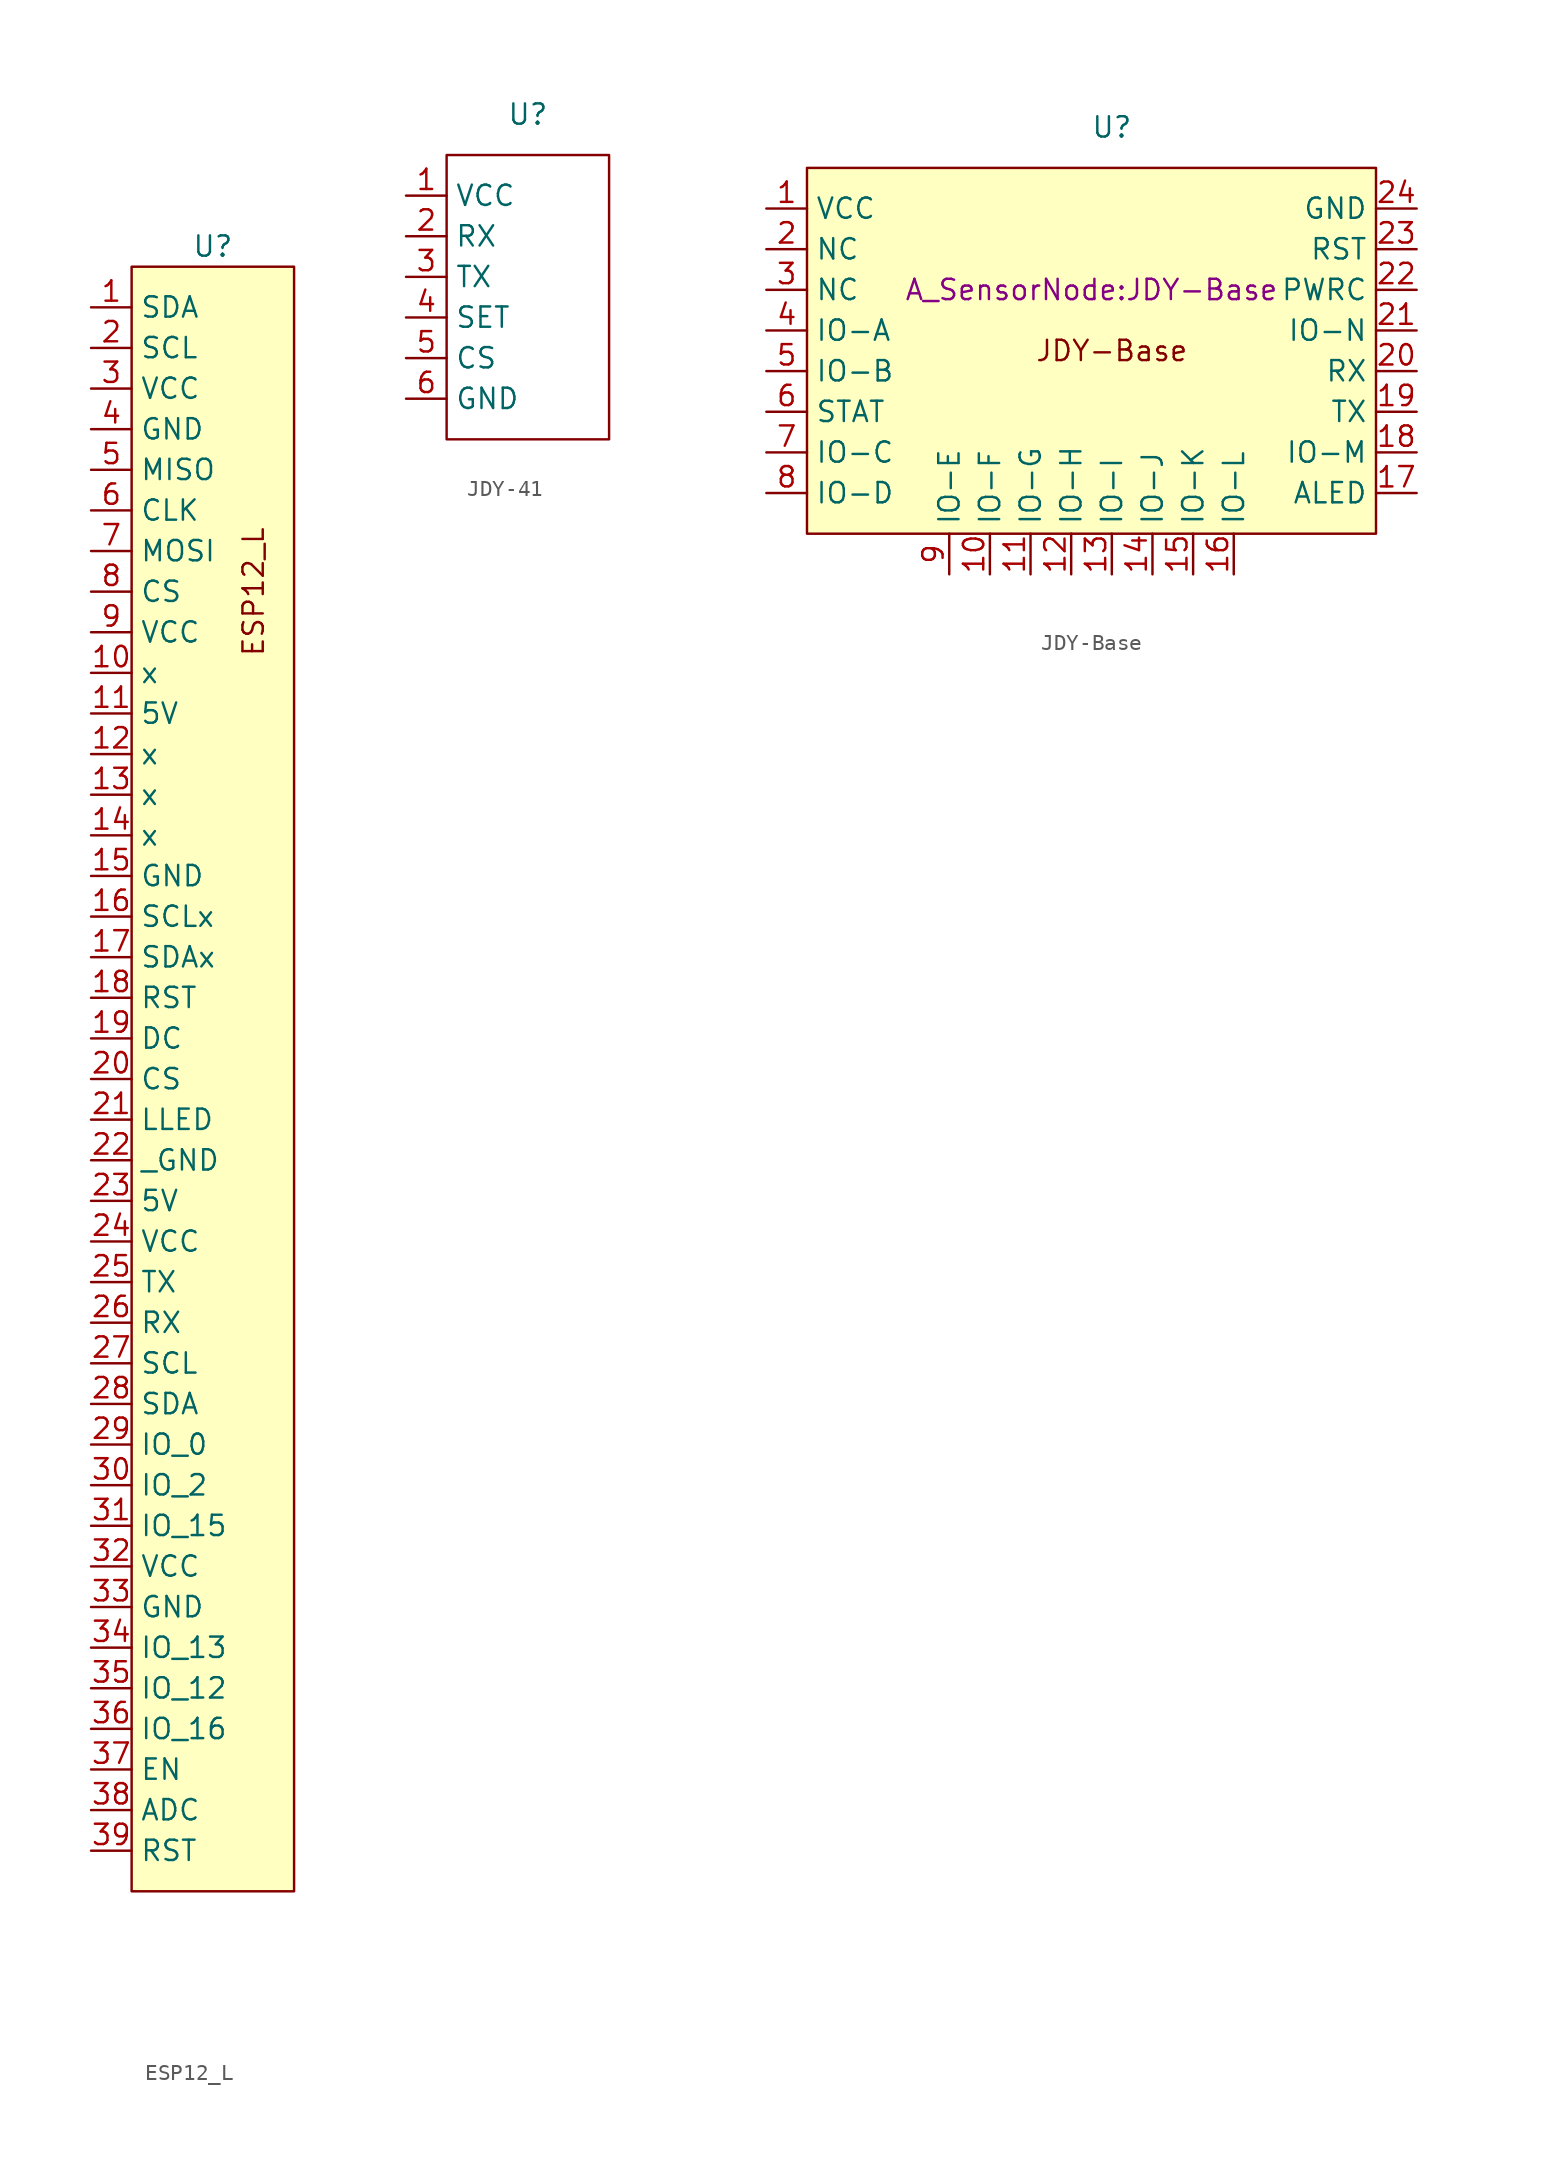
<source format=kicad_sym>
(kicad_symbol_lib
  (version 20220914)
  (generator kicad_symbol_editor)
  (symbol "ESP12_L"
    (property "Reference" "U"
      (at 0 0 0)
      (effects (font (size 1.27 1.27))))
    (property "Value" ""
      (at 0 0 0)
      (effects (font (size 1.27 1.27))))
    (symbol "ESP12_L_1_1"
      (rectangle (start -5.08 -1.27) (end 5.08 -102.87) (stroke (width 0) (type default)) (fill (type background)))
      (text "ESP12_L\n" (at 2.54 -21.59 900) (effects (font (size 1.27 1.27))))
      (pin bidirectional line (at -7.62 -3.81 0) (length 2.54) (name "SDA" (effects (font (size 1.27 1.27)))) (number "1" (effects (font (size 1.27 1.27)))))
      (pin bidirectional line (at -7.62 -26.67 0) (length 2.54) (name "x" (effects (font (size 1.27 1.27)))) (number "10" (effects (font (size 1.27 1.27)))))
      (pin bidirectional line (at -7.62 -29.21 0) (length 2.54) (name "5V" (effects (font (size 1.27 1.27)))) (number "11" (effects (font (size 1.27 1.27)))))
      (pin bidirectional line (at -7.62 -31.75 0) (length 2.54) (name "x" (effects (font (size 1.27 1.27)))) (number "12" (effects (font (size 1.27 1.27)))))
      (pin bidirectional line (at -7.62 -34.29 0) (length 2.54) (name "x" (effects (font (size 1.27 1.27)))) (number "13" (effects (font (size 1.27 1.27)))))
      (pin bidirectional line (at -7.62 -36.83 0) (length 2.54) (name "x" (effects (font (size 1.27 1.27)))) (number "14" (effects (font (size 1.27 1.27)))))
      (pin bidirectional line (at -7.62 -39.37 0) (length 2.54) (name "GND" (effects (font (size 1.27 1.27)))) (number "15" (effects (font (size 1.27 1.27)))))
      (pin bidirectional line (at -7.62 -41.91 0) (length 2.54) (name "SCLx" (effects (font (size 1.27 1.27)))) (number "16" (effects (font (size 1.27 1.27)))))
      (pin bidirectional line (at -7.62 -44.45 0) (length 2.54) (name "SDAx" (effects (font (size 1.27 1.27)))) (number "17" (effects (font (size 1.27 1.27)))))
      (pin bidirectional line (at -7.62 -46.99 0) (length 2.54) (name "RST" (effects (font (size 1.27 1.27)))) (number "18" (effects (font (size 1.27 1.27)))))
      (pin bidirectional line (at -7.62 -49.53 0) (length 2.54) (name "DC" (effects (font (size 1.27 1.27)))) (number "19" (effects (font (size 1.27 1.27)))))
      (pin bidirectional line (at -7.62 -6.35 0) (length 2.54) (name "SCL" (effects (font (size 1.27 1.27)))) (number "2" (effects (font (size 1.27 1.27)))))
      (pin bidirectional line (at -7.62 -52.07 0) (length 2.54) (name "CS" (effects (font (size 1.27 1.27)))) (number "20" (effects (font (size 1.27 1.27)))))
      (pin bidirectional line (at -7.62 -54.61 0) (length 2.54) (name "LLED" (effects (font (size 1.27 1.27)))) (number "21" (effects (font (size 1.27 1.27)))))
      (pin bidirectional line (at -7.62 -57.15 0) (length 2.54) (name "_GND" (effects (font (size 1.27 1.27)))) (number "22" (effects (font (size 1.27 1.27)))))
      (pin bidirectional line (at -7.62 -59.69 0) (length 2.54) (name "5V" (effects (font (size 1.27 1.27)))) (number "23" (effects (font (size 1.27 1.27)))))
      (pin bidirectional line (at -7.62 -62.23 0) (length 2.54) (name "VCC" (effects (font (size 1.27 1.27)))) (number "24" (effects (font (size 1.27 1.27)))))
      (pin bidirectional line (at -7.62 -64.77 0) (length 2.54) (name "TX" (effects (font (size 1.27 1.27)))) (number "25" (effects (font (size 1.27 1.27)))))
      (pin bidirectional line (at -7.62 -67.31 0) (length 2.54) (name "RX" (effects (font (size 1.27 1.27)))) (number "26" (effects (font (size 1.27 1.27)))))
      (pin bidirectional line (at -7.62 -69.85 0) (length 2.54) (name "SCL" (effects (font (size 1.27 1.27)))) (number "27" (effects (font (size 1.27 1.27)))))
      (pin bidirectional line (at -7.62 -72.39 0) (length 2.54) (name "SDA" (effects (font (size 1.27 1.27)))) (number "28" (effects (font (size 1.27 1.27)))))
      (pin bidirectional line (at -7.62 -74.93 0) (length 2.54) (name "IO_0" (effects (font (size 1.27 1.27)))) (number "29" (effects (font (size 1.27 1.27)))))
      (pin bidirectional line (at -7.62 -8.89 0) (length 2.54) (name "VCC" (effects (font (size 1.27 1.27)))) (number "3" (effects (font (size 1.27 1.27)))))
      (pin bidirectional line (at -7.62 -77.47 0) (length 2.54) (name "IO_2" (effects (font (size 1.27 1.27)))) (number "30" (effects (font (size 1.27 1.27)))))
      (pin bidirectional line (at -7.62 -80.01 0) (length 2.54) (name "IO_15" (effects (font (size 1.27 1.27)))) (number "31" (effects (font (size 1.27 1.27)))))
      (pin bidirectional line (at -7.62 -82.55 0) (length 2.54) (name "VCC" (effects (font (size 1.27 1.27)))) (number "32" (effects (font (size 1.27 1.27)))))
      (pin bidirectional line (at -7.62 -85.09 0) (length 2.54) (name "GND" (effects (font (size 1.27 1.27)))) (number "33" (effects (font (size 1.27 1.27)))))
      (pin bidirectional line (at -7.62 -87.63 0) (length 2.54) (name "IO_13" (effects (font (size 1.27 1.27)))) (number "34" (effects (font (size 1.27 1.27)))))
      (pin bidirectional line (at -7.62 -90.17 0) (length 2.54) (name "IO_12" (effects (font (size 1.27 1.27)))) (number "35" (effects (font (size 1.27 1.27)))))
      (pin bidirectional line (at -7.62 -92.71 0) (length 2.54) (name "IO_16" (effects (font (size 1.27 1.27)))) (number "36" (effects (font (size 1.27 1.27)))))
      (pin bidirectional line (at -7.62 -95.25 0) (length 2.54) (name "EN" (effects (font (size 1.27 1.27)))) (number "37" (effects (font (size 1.27 1.27)))))
      (pin bidirectional line (at -7.62 -97.79 0) (length 2.54) (name "ADC" (effects (font (size 1.27 1.27)))) (number "38" (effects (font (size 1.27 1.27)))))
      (pin bidirectional line (at -7.62 -100.33 0) (length 2.54) (name "RST" (effects (font (size 1.27 1.27)))) (number "39" (effects (font (size 1.27 1.27)))))
      (pin bidirectional line (at -7.62 -11.43 0) (length 2.54) (name "GND" (effects (font (size 1.27 1.27)))) (number "4" (effects (font (size 1.27 1.27)))))
      (pin bidirectional line (at -7.62 -13.97 0) (length 2.54) (name "MISO" (effects (font (size 1.27 1.27)))) (number "5" (effects (font (size 1.27 1.27)))))
      (pin bidirectional line (at -7.62 -16.51 0) (length 2.54) (name "CLK" (effects (font (size 1.27 1.27)))) (number "6" (effects (font (size 1.27 1.27)))))
      (pin bidirectional line (at -7.62 -19.05 0) (length 2.54) (name "MOSI" (effects (font (size 1.27 1.27)))) (number "7" (effects (font (size 1.27 1.27)))))
      (pin bidirectional line (at -7.62 -21.59 0) (length 2.54) (name "CS" (effects (font (size 1.27 1.27)))) (number "8" (effects (font (size 1.27 1.27)))))
      (pin bidirectional line (at -7.62 -24.13 0) (length 2.54) (name "VCC" (effects (font (size 1.27 1.27)))) (number "9" (effects (font (size 1.27 1.27)))))))
  (symbol "JDY-41"
    (property "Reference" "U"
      (at 0 0 0)
      (effects (font (size 1.27 1.27))))
    (property "Value" ""
      (at 0 0 0)
      (effects (font (size 1.27 1.27))))
    (symbol "JDY-41_0_1"
      (rectangle (start -5.08 -2.54) (end 5.08 -20.32) (stroke (width 0) (type default)) (fill (type none))))
    (symbol "JDY-41_1_1"
      (pin bidirectional line (at -7.62 -5.08 0) (length 2.54) (name "VCC" (effects (font (size 1.27 1.27)))) (number "1" (effects (font (size 1.27 1.27)))))
      (pin bidirectional line (at -7.62 -7.62 0) (length 2.54) (name "RX" (effects (font (size 1.27 1.27)))) (number "2" (effects (font (size 1.27 1.27)))))
      (pin bidirectional line (at -7.62 -10.16 0) (length 2.54) (name "TX" (effects (font (size 1.27 1.27)))) (number "3" (effects (font (size 1.27 1.27)))))
      (pin bidirectional line (at -7.62 -12.7 0) (length 2.54) (name "SET" (effects (font (size 1.27 1.27)))) (number "4" (effects (font (size 1.27 1.27)))))
      (pin bidirectional line (at -7.62 -15.24 0) (length 2.54) (name "CS" (effects (font (size 1.27 1.27)))) (number "5" (effects (font (size 1.27 1.27)))))
      (pin bidirectional line (at -7.62 -17.78 0) (length 2.54) (name "GND" (effects (font (size 1.27 1.27)))) (number "6" (effects (font (size 1.27 1.27)))))))
  (symbol "JDY-Base"
    (property "Reference" "U"
      (at 0 0 0)
      (effects (font (size 1.27 1.27))))
    (property "Value" ""
      (at 0 0 0)
      (effects (font (size 1.27 1.27))))
    (property "Footprint" "A_SensorNode:JDY-Base"
      (at -1.27 -10.16 0)
      (effects (font (size 1.27 1.27))))
    (symbol "JDY-Base_1_1"
      (rectangle (start -19.05 -2.54) (end 16.51 -25.4) (stroke (width 0) (type default)) (fill (type background)))
      (text "JDY-Base" (at 0 -13.97 0) (effects (font (size 1.27 1.27))))
      (pin bidirectional line (at -21.59 -5.08 0) (length 2.54) (name "VCC" (effects (font (size 1.27 1.27)))) (number "1" (effects (font (size 1.27 1.27)))))
      (pin bidirectional line (at -7.62 -27.94 90) (length 2.54) (name "IO-F" (effects (font (size 1.27 1.27)))) (number "10" (effects (font (size 1.27 1.27)))))
      (pin bidirectional line (at -5.08 -27.94 90) (length 2.54) (name "IO-G" (effects (font (size 1.27 1.27)))) (number "11" (effects (font (size 1.27 1.27)))))
      (pin bidirectional line (at -2.54 -27.94 90) (length 2.54) (name "IO-H" (effects (font (size 1.27 1.27)))) (number "12" (effects (font (size 1.27 1.27)))))
      (pin bidirectional line (at 0 -27.94 90) (length 2.54) (name "IO-I" (effects (font (size 1.27 1.27)))) (number "13" (effects (font (size 1.27 1.27)))))
      (pin bidirectional line (at 2.54 -27.94 90) (length 2.54) (name "IO-J" (effects (font (size 1.27 1.27)))) (number "14" (effects (font (size 1.27 1.27)))))
      (pin bidirectional line (at 5.08 -27.94 90) (length 2.54) (name "IO-K" (effects (font (size 1.27 1.27)))) (number "15" (effects (font (size 1.27 1.27)))))
      (pin bidirectional line (at 7.62 -27.94 90) (length 2.54) (name "IO-L" (effects (font (size 1.27 1.27)))) (number "16" (effects (font (size 1.27 1.27)))))
      (pin bidirectional line (at 19.05 -22.86 180) (length 2.54) (name "ALED" (effects (font (size 1.27 1.27)))) (number "17" (effects (font (size 1.27 1.27)))))
      (pin bidirectional line (at 19.05 -20.32 180) (length 2.54) (name "IO-M" (effects (font (size 1.27 1.27)))) (number "18" (effects (font (size 1.27 1.27)))))
      (pin bidirectional line (at 19.05 -17.78 180) (length 2.54) (name "TX" (effects (font (size 1.27 1.27)))) (number "19" (effects (font (size 1.27 1.27)))))
      (pin bidirectional line (at -21.59 -7.62 0) (length 2.54) (name "NC" (effects (font (size 1.27 1.27)))) (number "2" (effects (font (size 1.27 1.27)))))
      (pin bidirectional line (at 19.05 -15.24 180) (length 2.54) (name "RX" (effects (font (size 1.27 1.27)))) (number "20" (effects (font (size 1.27 1.27)))))
      (pin bidirectional line (at 19.05 -12.7 180) (length 2.54) (name "IO-N" (effects (font (size 1.27 1.27)))) (number "21" (effects (font (size 1.27 1.27)))))
      (pin bidirectional line (at 19.05 -10.16 180) (length 2.54) (name "PWRC" (effects (font (size 1.27 1.27)))) (number "22" (effects (font (size 1.27 1.27)))))
      (pin bidirectional line (at 19.05 -7.62 180) (length 2.54) (name "RST" (effects (font (size 1.27 1.27)))) (number "23" (effects (font (size 1.27 1.27)))))
      (pin bidirectional line (at 19.05 -5.08 180) (length 2.54) (name "GND" (effects (font (size 1.27 1.27)))) (number "24" (effects (font (size 1.27 1.27)))))
      (pin bidirectional line (at -21.59 -10.16 0) (length 2.54) (name "NC" (effects (font (size 1.27 1.27)))) (number "3" (effects (font (size 1.27 1.27)))))
      (pin bidirectional line (at -21.59 -12.7 0) (length 2.54) (name "IO-A" (effects (font (size 1.27 1.27)))) (number "4" (effects (font (size 1.27 1.27)))))
      (pin bidirectional line (at -21.59 -15.24 0) (length 2.54) (name "IO-B" (effects (font (size 1.27 1.27)))) (number "5" (effects (font (size 1.27 1.27)))))
      (pin bidirectional line (at -21.59 -17.78 0) (length 2.54) (name "STAT" (effects (font (size 1.27 1.27)))) (number "6" (effects (font (size 1.27 1.27)))))
      (pin bidirectional line (at -21.59 -20.32 0) (length 2.54) (name "IO-C" (effects (font (size 1.27 1.27)))) (number "7" (effects (font (size 1.27 1.27)))))
      (pin bidirectional line (at -21.59 -22.86 0) (length 2.54) (name "IO-D" (effects (font (size 1.27 1.27)))) (number "8" (effects (font (size 1.27 1.27)))))
      (pin bidirectional line (at -10.16 -27.94 90) (length 2.54) (name "IO-E" (effects (font (size 1.27 1.27)))) (number "9" (effects (font (size 1.27 1.27))))))))
</source>
